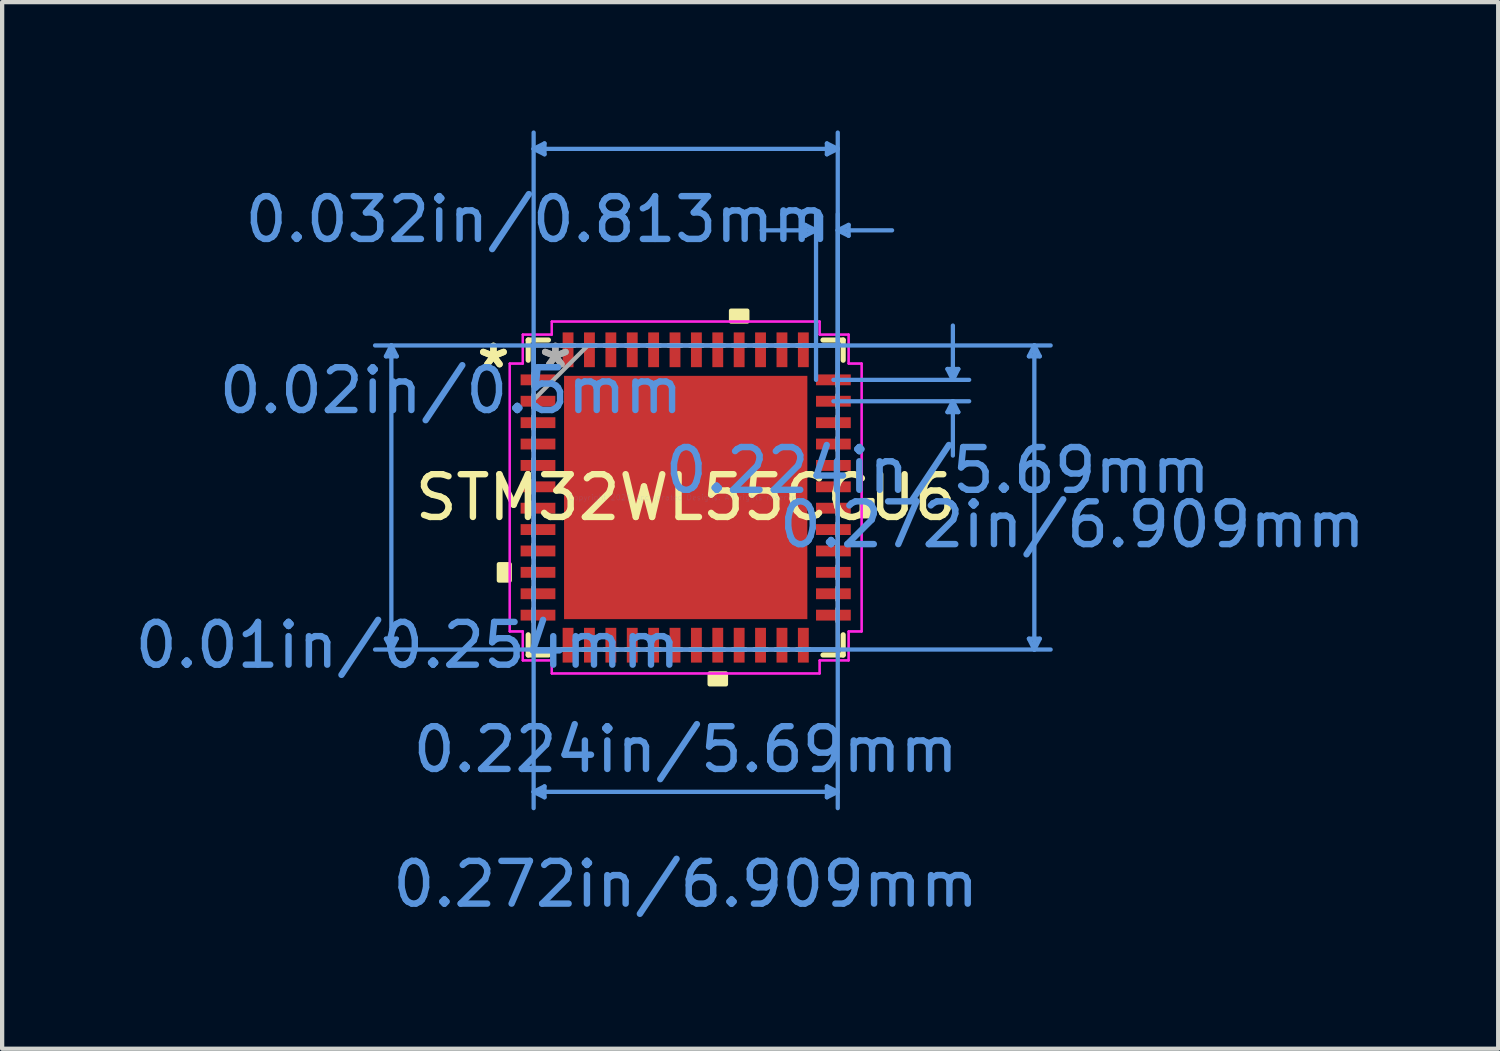
<source format=kicad_pcb>
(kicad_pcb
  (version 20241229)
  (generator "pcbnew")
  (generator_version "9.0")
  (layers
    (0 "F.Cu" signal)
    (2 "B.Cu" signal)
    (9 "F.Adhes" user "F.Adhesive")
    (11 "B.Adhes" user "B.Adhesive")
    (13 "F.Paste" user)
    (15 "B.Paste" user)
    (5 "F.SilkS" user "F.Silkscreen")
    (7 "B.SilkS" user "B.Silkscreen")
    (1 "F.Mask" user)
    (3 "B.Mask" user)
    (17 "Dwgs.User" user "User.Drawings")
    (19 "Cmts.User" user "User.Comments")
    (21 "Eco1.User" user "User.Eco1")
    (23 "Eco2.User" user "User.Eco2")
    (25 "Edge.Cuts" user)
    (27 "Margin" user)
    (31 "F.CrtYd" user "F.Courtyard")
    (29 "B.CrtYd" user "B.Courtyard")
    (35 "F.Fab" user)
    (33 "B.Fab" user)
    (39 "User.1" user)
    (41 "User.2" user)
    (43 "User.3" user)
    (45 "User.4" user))
  (footprint "STM32WL55CCU6"
    (layer "F.Cu")
    (at 12.985 8.584)
    (property "Reference" "STM32WL55CCU6" (at 0 0 0) (layer "F.SilkS") (effects (font (size 1 1) (thickness 0.15))))
    (attr through_hole)
    (fp_line (start -3.683 -3.683) (end -3.683 -3.21) (stroke (width 0.12) (type solid)) (layer "F.SilkS"))
    (fp_line (start -3.683 3.21) (end -3.683 3.683) (stroke (width 0.12) (type solid)) (layer "F.SilkS"))
    (fp_line (start -3.683 3.683) (end -3.21 3.683) (stroke (width 0.12) (type solid)) (layer "F.SilkS"))
    (fp_line (start -3.21 -3.683) (end -3.683 -3.683) (stroke (width 0.12) (type solid)) (layer "F.SilkS"))
    (fp_line (start 3.21 3.683) (end 3.683 3.683) (stroke (width 0.12) (type solid)) (layer "F.SilkS"))
    (fp_line (start 3.683 -3.683) (end 3.21 -3.683) (stroke (width 0.12) (type solid)) (layer "F.SilkS"))
    (fp_line (start 3.683 -3.21) (end 3.683 -3.683) (stroke (width 0.12) (type solid)) (layer "F.SilkS"))
    (fp_line (start 3.683 3.683) (end 3.683 3.21) (stroke (width 0.12) (type solid)) (layer "F.SilkS"))
    (fp_poly (pts (xy -4.369 1.56) (xy -4.369 1.941) (xy -4.115 1.941) (xy -4.115 1.56)) (stroke (width 0.1) (type solid)) (fill yes) (layer "F.SilkS"))
    (fp_poly (pts (xy 0.56 4.115) (xy 0.56 4.369) (xy 0.941 4.369) (xy 0.941 4.115)) (stroke (width 0.1) (type solid)) (fill yes) (layer "F.SilkS"))
    (fp_poly (pts (xy 1.06 -4.115) (xy 1.06 -4.369) (xy 1.441 -4.369) (xy 1.441 -4.115)) (stroke (width 0.1) (type solid)) (fill yes) (layer "F.SilkS"))
    (fp_poly (pts (xy 4.369 0.06) (xy 4.369 0.441) (xy 4.115 0.441) (xy 4.115 0.06)) (stroke (width 0.1) (type solid)) (fill yes) (layer "F.SilkS"))
    (fp_poly (pts (xy -2.745 -2.745) (xy -2.745 -1.522) (xy -1.522 -1.522) (xy -1.522 -2.745)) (stroke (width 0.1) (type solid)) (fill yes) (layer "F.Paste"))
    (fp_poly (pts (xy -2.745 -1.322) (xy -2.745 -0.1) (xy -1.522 -0.1) (xy -1.522 -1.322)) (stroke (width 0.1) (type solid)) (fill yes) (layer "F.Paste"))
    (fp_poly (pts (xy -2.745 0.1) (xy -2.745 1.322) (xy -1.522 1.322) (xy -1.522 0.1)) (stroke (width 0.1) (type solid)) (fill yes) (layer "F.Paste"))
    (fp_poly (pts (xy -2.745 1.522) (xy -2.745 2.745) (xy -1.522 2.745) (xy -1.522 1.522)) (stroke (width 0.1) (type solid)) (fill yes) (layer "F.Paste"))
    (fp_poly (pts (xy -1.322 -2.745) (xy -1.322 -1.522) (xy -0.1 -1.522) (xy -0.1 -2.745)) (stroke (width 0.1) (type solid)) (fill yes) (layer "F.Paste"))
    (fp_poly (pts (xy -1.322 -1.322) (xy -1.322 -0.1) (xy -0.1 -0.1) (xy -0.1 -1.322)) (stroke (width 0.1) (type solid)) (fill yes) (layer "F.Paste"))
    (fp_poly (pts (xy -1.322 0.1) (xy -1.322 1.322) (xy -0.1 1.322) (xy -0.1 0.1)) (stroke (width 0.1) (type solid)) (fill yes) (layer "F.Paste"))
    (fp_poly (pts (xy -1.322 1.522) (xy -1.322 2.745) (xy -0.1 2.745) (xy -0.1 1.522)) (stroke (width 0.1) (type solid)) (fill yes) (layer "F.Paste"))
    (fp_poly (pts (xy 0.1 -2.745) (xy 0.1 -1.522) (xy 1.322 -1.522) (xy 1.322 -2.745)) (stroke (width 0.1) (type solid)) (fill yes) (layer "F.Paste"))
    (fp_poly (pts (xy 0.1 -1.322) (xy 0.1 -0.1) (xy 1.322 -0.1) (xy 1.322 -1.322)) (stroke (width 0.1) (type solid)) (fill yes) (layer "F.Paste"))
    (fp_poly (pts (xy 0.1 0.1) (xy 0.1 1.322) (xy 1.322 1.322) (xy 1.322 0.1)) (stroke (width 0.1) (type solid)) (fill yes) (layer "F.Paste"))
    (fp_poly (pts (xy 0.1 1.522) (xy 0.1 2.745) (xy 1.322 2.745) (xy 1.322 1.522)) (stroke (width 0.1) (type solid)) (fill yes) (layer "F.Paste"))
    (fp_poly (pts (xy 1.522 -2.745) (xy 1.522 -1.522) (xy 2.745 -1.522) (xy 2.745 -2.745)) (stroke (width 0.1) (type solid)) (fill yes) (layer "F.Paste"))
    (fp_poly (pts (xy 1.522 -1.322) (xy 1.522 -0.1) (xy 2.745 -0.1) (xy 2.745 -1.322)) (stroke (width 0.1) (type solid)) (fill yes) (layer "F.Paste"))
    (fp_poly (pts (xy 1.522 0.1) (xy 1.522 1.322) (xy 2.745 1.322) (xy 2.745 0.1)) (stroke (width 0.1) (type solid)) (fill yes) (layer "F.Paste"))
    (fp_poly (pts (xy 1.522 1.522) (xy 1.522 2.745) (xy 2.745 2.745) (xy 2.745 1.522)) (stroke (width 0.1) (type solid)) (fill yes) (layer "F.Paste"))
    (fp_line (start -7.01 -3.302) (end -6.756 -3.302) (stroke (width 0.1) (type solid)) (layer "Cmts.User"))
    (fp_line (start -7.01 3.302) (end -6.756 3.302) (stroke (width 0.1) (type solid)) (layer "Cmts.User"))
    (fp_line (start -6.883 -3.556) (end -7.01 -3.302) (stroke (width 0.1) (type solid)) (layer "Cmts.User"))
    (fp_line (start -6.883 -3.556) (end -6.883 3.556) (stroke (width 0.1) (type solid)) (layer "Cmts.User"))
    (fp_line (start -6.883 -3.556) (end -6.756 -3.302) (stroke (width 0.1) (type solid)) (layer "Cmts.User"))
    (fp_line (start -6.883 3.556) (end -7.01 3.302) (stroke (width 0.1) (type solid)) (layer "Cmts.User"))
    (fp_line (start -6.883 3.556) (end -6.756 3.302) (stroke (width 0.1) (type solid)) (layer "Cmts.User"))
    (fp_line (start -3.556 -8.153) (end -3.302 -8.28) (stroke (width 0.1) (type solid)) (layer "Cmts.User"))
    (fp_line (start -3.556 -8.153) (end -3.302 -8.026) (stroke (width 0.1) (type solid)) (layer "Cmts.User"))
    (fp_line (start -3.556 -8.153) (end 3.556 -8.153) (stroke (width 0.1) (type solid)) (layer "Cmts.User"))
    (fp_line (start -3.556 -3.556) (end -3.556 7.264) (stroke (width 0.1) (type solid)) (layer "Cmts.User"))
    (fp_line (start -3.556 -2.751) (end -3.556 -8.534) (stroke (width 0.1) (type solid)) (layer "Cmts.User"))
    (fp_line (start -3.556 6.883) (end -3.302 6.756) (stroke (width 0.1) (type solid)) (layer "Cmts.User"))
    (fp_line (start -3.556 6.883) (end -3.302 7.01) (stroke (width 0.1) (type solid)) (layer "Cmts.User"))
    (fp_line (start -3.556 6.883) (end 3.556 6.883) (stroke (width 0.1) (type solid)) (layer "Cmts.User"))
    (fp_line (start -3.302 -8.28) (end -3.302 -8.026) (stroke (width 0.1) (type solid)) (layer "Cmts.User"))
    (fp_line (start -3.302 6.756) (end -3.302 7.01) (stroke (width 0.1) (type solid)) (layer "Cmts.User"))
    (fp_line (start 2.751 -3.556) (end 8.534 -3.556) (stroke (width 0.1) (type solid)) (layer "Cmts.User"))
    (fp_line (start 2.751 3.556) (end 8.534 3.556) (stroke (width 0.1) (type solid)) (layer "Cmts.User"))
    (fp_line (start 2.794 -6.375) (end 2.794 -6.121) (stroke (width 0.1) (type solid)) (layer "Cmts.User"))
    (fp_line (start 3.048 -6.248) (end 1.778 -6.248) (stroke (width 0.1) (type solid)) (layer "Cmts.User"))
    (fp_line (start 3.048 -6.248) (end 2.794 -6.375) (stroke (width 0.1) (type solid)) (layer "Cmts.User"))
    (fp_line (start 3.048 -6.248) (end 2.794 -6.121) (stroke (width 0.1) (type solid)) (layer "Cmts.User"))
    (fp_line (start 3.048 -2.751) (end 3.048 -6.629) (stroke (width 0.1) (type solid)) (layer "Cmts.User"))
    (fp_line (start 3.302 -8.28) (end 3.302 -8.026) (stroke (width 0.1) (type solid)) (layer "Cmts.User"))
    (fp_line (start 3.302 6.756) (end 3.302 7.01) (stroke (width 0.1) (type solid)) (layer "Cmts.User"))
    (fp_line (start 3.454 -2.751) (end 6.629 -2.751) (stroke (width 0.1) (type solid)) (layer "Cmts.User"))
    (fp_line (start 3.454 -2.251) (end 6.629 -2.251) (stroke (width 0.1) (type solid)) (layer "Cmts.User"))
    (fp_line (start 3.556 -8.153) (end 3.302 -8.28) (stroke (width 0.1) (type solid)) (layer "Cmts.User"))
    (fp_line (start 3.556 -8.153) (end 3.302 -8.026) (stroke (width 0.1) (type solid)) (layer "Cmts.User"))
    (fp_line (start 3.556 -6.248) (end 3.81 -6.375) (stroke (width 0.1) (type solid)) (layer "Cmts.User"))
    (fp_line (start 3.556 -6.248) (end 3.81 -6.121) (stroke (width 0.1) (type solid)) (layer "Cmts.User"))
    (fp_line (start 3.556 -6.248) (end 4.826 -6.248) (stroke (width 0.1) (type solid)) (layer "Cmts.User"))
    (fp_line (start 3.556 -3.556) (end -7.264 -3.556) (stroke (width 0.1) (type solid)) (layer "Cmts.User"))
    (fp_line (start 3.556 -3.556) (end 3.556 7.264) (stroke (width 0.1) (type solid)) (layer "Cmts.User"))
    (fp_line (start 3.556 -2.751) (end 3.556 -8.534) (stroke (width 0.1) (type solid)) (layer "Cmts.User"))
    (fp_line (start 3.556 -2.751) (end 3.556 -6.629) (stroke (width 0.1) (type solid)) (layer "Cmts.User"))
    (fp_line (start 3.556 3.556) (end -7.264 3.556) (stroke (width 0.1) (type solid)) (layer "Cmts.User"))
    (fp_line (start 3.556 6.883) (end 3.302 6.756) (stroke (width 0.1) (type solid)) (layer "Cmts.User"))
    (fp_line (start 3.556 6.883) (end 3.302 7.01) (stroke (width 0.1) (type solid)) (layer "Cmts.User"))
    (fp_line (start 3.81 -6.375) (end 3.81 -6.121) (stroke (width 0.1) (type solid)) (layer "Cmts.User"))
    (fp_line (start 6.121 -3.005) (end 6.375 -3.005) (stroke (width 0.1) (type solid)) (layer "Cmts.User"))
    (fp_line (start 6.121 -1.997) (end 6.375 -1.997) (stroke (width 0.1) (type solid)) (layer "Cmts.User"))
    (fp_line (start 6.248 -2.751) (end 6.121 -3.005) (stroke (width 0.1) (type solid)) (layer "Cmts.User"))
    (fp_line (start 6.248 -2.751) (end 6.248 -4.021) (stroke (width 0.1) (type solid)) (layer "Cmts.User"))
    (fp_line (start 6.248 -2.751) (end 6.375 -3.005) (stroke (width 0.1) (type solid)) (layer "Cmts.User"))
    (fp_line (start 6.248 -2.251) (end 6.121 -1.997) (stroke (width 0.1) (type solid)) (layer "Cmts.User"))
    (fp_line (start 6.248 -2.251) (end 6.248 -0.981) (stroke (width 0.1) (type solid)) (layer "Cmts.User"))
    (fp_line (start 6.248 -2.251) (end 6.375 -1.997) (stroke (width 0.1) (type solid)) (layer "Cmts.User"))
    (fp_line (start 8.026 -3.302) (end 8.28 -3.302) (stroke (width 0.1) (type solid)) (layer "Cmts.User"))
    (fp_line (start 8.026 3.302) (end 8.28 3.302) (stroke (width 0.1) (type solid)) (layer "Cmts.User"))
    (fp_line (start 8.153 -3.556) (end 8.026 -3.302) (stroke (width 0.1) (type solid)) (layer "Cmts.User"))
    (fp_line (start 8.153 -3.556) (end 8.153 3.556) (stroke (width 0.1) (type solid)) (layer "Cmts.User"))
    (fp_line (start 8.153 -3.556) (end 8.28 -3.302) (stroke (width 0.1) (type solid)) (layer "Cmts.User"))
    (fp_line (start 8.153 3.556) (end 8.026 3.302) (stroke (width 0.1) (type solid)) (layer "Cmts.User"))
    (fp_line (start 8.153 3.556) (end 8.28 3.302) (stroke (width 0.1) (type solid)) (layer "Cmts.User"))
    (fp_line (start -4.115 -3.132) (end -3.81 -3.132) (stroke (width 0.05) (type solid)) (layer "F.CrtYd"))
    (fp_line (start -4.115 -3.132) (end -3.81 -3.132) (stroke (width 0.05) (type solid)) (layer "F.CrtYd"))
    (fp_line (start -4.115 3.132) (end -4.115 -3.132) (stroke (width 0.05) (type solid)) (layer "F.CrtYd"))
    (fp_line (start -4.115 3.132) (end -4.115 -3.132) (stroke (width 0.05) (type solid)) (layer "F.CrtYd"))
    (fp_line (start -3.81 -3.81) (end -3.132 -3.81) (stroke (width 0.05) (type solid)) (layer "F.CrtYd"))
    (fp_line (start -3.81 -3.81) (end -3.132 -3.81) (stroke (width 0.05) (type solid)) (layer "F.CrtYd"))
    (fp_line (start -3.81 -3.132) (end -3.81 -3.81) (stroke (width 0.05) (type solid)) (layer "F.CrtYd"))
    (fp_line (start -3.81 -3.132) (end -3.81 -3.81) (stroke (width 0.05) (type solid)) (layer "F.CrtYd"))
    (fp_line (start -3.81 3.132) (end -4.115 3.132) (stroke (width 0.05) (type solid)) (layer "F.CrtYd"))
    (fp_line (start -3.81 3.132) (end -4.115 3.132) (stroke (width 0.05) (type solid)) (layer "F.CrtYd"))
    (fp_line (start -3.81 3.81) (end -3.81 3.132) (stroke (width 0.05) (type solid)) (layer "F.CrtYd"))
    (fp_line (start -3.81 3.81) (end -3.81 3.132) (stroke (width 0.05) (type solid)) (layer "F.CrtYd"))
    (fp_line (start -3.132 -4.115) (end 3.132 -4.115) (stroke (width 0.05) (type solid)) (layer "F.CrtYd"))
    (fp_line (start -3.132 -4.115) (end 3.132 -4.115) (stroke (width 0.05) (type solid)) (layer "F.CrtYd"))
    (fp_line (start -3.132 -3.81) (end -3.132 -4.115) (stroke (width 0.05) (type solid)) (layer "F.CrtYd"))
    (fp_line (start -3.132 -3.81) (end -3.132 -4.115) (stroke (width 0.05) (type solid)) (layer "F.CrtYd"))
    (fp_line (start -3.132 3.81) (end -3.81 3.81) (stroke (width 0.05) (type solid)) (layer "F.CrtYd"))
    (fp_line (start -3.132 3.81) (end -3.81 3.81) (stroke (width 0.05) (type solid)) (layer "F.CrtYd"))
    (fp_line (start -3.132 4.115) (end -3.132 3.81) (stroke (width 0.05) (type solid)) (layer "F.CrtYd"))
    (fp_line (start -3.132 4.115) (end -3.132 3.81) (stroke (width 0.05) (type solid)) (layer "F.CrtYd"))
    (fp_line (start 3.132 -4.115) (end 3.132 -3.81) (stroke (width 0.05) (type solid)) (layer "F.CrtYd"))
    (fp_line (start 3.132 -4.115) (end 3.132 -3.81) (stroke (width 0.05) (type solid)) (layer "F.CrtYd"))
    (fp_line (start 3.132 -3.81) (end 3.81 -3.81) (stroke (width 0.05) (type solid)) (layer "F.CrtYd"))
    (fp_line (start 3.132 -3.81) (end 3.81 -3.81) (stroke (width 0.05) (type solid)) (layer "F.CrtYd"))
    (fp_line (start 3.132 3.81) (end 3.132 4.115) (stroke (width 0.05) (type solid)) (layer "F.CrtYd"))
    (fp_line (start 3.132 3.81) (end 3.132 4.115) (stroke (width 0.05) (type solid)) (layer "F.CrtYd"))
    (fp_line (start 3.132 4.115) (end -3.132 4.115) (stroke (width 0.05) (type solid)) (layer "F.CrtYd"))
    (fp_line (start 3.132 4.115) (end -3.132 4.115) (stroke (width 0.05) (type solid)) (layer "F.CrtYd"))
    (fp_line (start 3.81 -3.81) (end 3.81 -3.132) (stroke (width 0.05) (type solid)) (layer "F.CrtYd"))
    (fp_line (start 3.81 -3.81) (end 3.81 -3.132) (stroke (width 0.05) (type solid)) (layer "F.CrtYd"))
    (fp_line (start 3.81 -3.132) (end 4.115 -3.132) (stroke (width 0.05) (type solid)) (layer "F.CrtYd"))
    (fp_line (start 3.81 -3.132) (end 4.115 -3.132) (stroke (width 0.05) (type solid)) (layer "F.CrtYd"))
    (fp_line (start 3.81 3.132) (end 3.81 3.81) (stroke (width 0.05) (type solid)) (layer "F.CrtYd"))
    (fp_line (start 3.81 3.132) (end 3.81 3.81) (stroke (width 0.05) (type solid)) (layer "F.CrtYd"))
    (fp_line (start 3.81 3.81) (end 3.132 3.81) (stroke (width 0.05) (type solid)) (layer "F.CrtYd"))
    (fp_line (start 3.81 3.81) (end 3.132 3.81) (stroke (width 0.05) (type solid)) (layer "F.CrtYd"))
    (fp_line (start 4.115 -3.132) (end 4.115 3.132) (stroke (width 0.05) (type solid)) (layer "F.CrtYd"))
    (fp_line (start 4.115 -3.132) (end 4.115 3.132) (stroke (width 0.05) (type solid)) (layer "F.CrtYd"))
    (fp_line (start 4.115 3.132) (end 3.81 3.132) (stroke (width 0.05) (type solid)) (layer "F.CrtYd"))
    (fp_line (start 4.115 3.132) (end 3.81 3.132) (stroke (width 0.05) (type solid)) (layer "F.CrtYd"))
    (fp_line (start -3.556 -3.556) (end -3.556 -3.556) (stroke (width 0.1) (type solid)) (layer "F.Fab"))
    (fp_line (start -3.556 -3.556) (end -3.556 3.556) (stroke (width 0.1) (type solid)) (layer "F.Fab"))
    (fp_line (start -3.556 -2.903) (end -3.556 -2.903) (stroke (width 0.1) (type solid)) (layer "F.Fab"))
    (fp_line (start -3.556 -2.903) (end -3.556 -2.598) (stroke (width 0.1) (type solid)) (layer "F.Fab"))
    (fp_line (start -3.556 -2.598) (end -3.556 -2.903) (stroke (width 0.1) (type solid)) (layer "F.Fab"))
    (fp_line (start -3.556 -2.598) (end -3.556 -2.598) (stroke (width 0.1) (type solid)) (layer "F.Fab"))
    (fp_line (start -3.556 -2.403) (end -3.556 -2.403) (stroke (width 0.1) (type solid)) (layer "F.Fab"))
    (fp_line (start -3.556 -2.403) (end -3.556 -2.098) (stroke (width 0.1) (type solid)) (layer "F.Fab"))
    (fp_line (start -3.556 -2.286) (end -2.286 -3.556) (stroke (width 0.1) (type solid)) (layer "F.Fab"))
    (fp_line (start -3.556 -2.098) (end -3.556 -2.403) (stroke (width 0.1) (type solid)) (layer "F.Fab"))
    (fp_line (start -3.556 -2.098) (end -3.556 -2.098) (stroke (width 0.1) (type solid)) (layer "F.Fab"))
    (fp_line (start -3.556 -1.903) (end -3.556 -1.903) (stroke (width 0.1) (type solid)) (layer "F.Fab"))
    (fp_line (start -3.556 -1.903) (end -3.556 -1.598) (stroke (width 0.1) (type solid)) (layer "F.Fab"))
    (fp_line (start -3.556 -1.598) (end -3.556 -1.903) (stroke (width 0.1) (type solid)) (layer "F.Fab"))
    (fp_line (start -3.556 -1.598) (end -3.556 -1.598) (stroke (width 0.1) (type solid)) (layer "F.Fab"))
    (fp_line (start -3.556 -1.403) (end -3.556 -1.403) (stroke (width 0.1) (type solid)) (layer "F.Fab"))
    (fp_line (start -3.556 -1.403) (end -3.556 -1.098) (stroke (width 0.1) (type solid)) (layer "F.Fab"))
    (fp_line (start -3.556 -1.098) (end -3.556 -1.403) (stroke (width 0.1) (type solid)) (layer "F.Fab"))
    (fp_line (start -3.556 -1.098) (end -3.556 -1.098) (stroke (width 0.1) (type solid)) (layer "F.Fab"))
    (fp_line (start -3.556 -0.903) (end -3.556 -0.903) (stroke (width 0.1) (type solid)) (layer "F.Fab"))
    (fp_line (start -3.556 -0.903) (end -3.556 -0.598) (stroke (width 0.1) (type solid)) (layer "F.Fab"))
    (fp_line (start -3.556 -0.598) (end -3.556 -0.903) (stroke (width 0.1) (type solid)) (layer "F.Fab"))
    (fp_line (start -3.556 -0.598) (end -3.556 -0.598) (stroke (width 0.1) (type solid)) (layer "F.Fab"))
    (fp_line (start -3.556 -0.402) (end -3.556 -0.402) (stroke (width 0.1) (type solid)) (layer "F.Fab"))
    (fp_line (start -3.556 -0.402) (end -3.556 -0.098) (stroke (width 0.1) (type solid)) (layer "F.Fab"))
    (fp_line (start -3.556 -0.098) (end -3.556 -0.402) (stroke (width 0.1) (type solid)) (layer "F.Fab"))
    (fp_line (start -3.556 -0.098) (end -3.556 -0.098) (stroke (width 0.1) (type solid)) (layer "F.Fab"))
    (fp_line (start -3.556 0.098) (end -3.556 0.098) (stroke (width 0.1) (type solid)) (layer "F.Fab"))
    (fp_line (start -3.556 0.098) (end -3.556 0.402) (stroke (width 0.1) (type solid)) (layer "F.Fab"))
    (fp_line (start -3.556 0.402) (end -3.556 0.098) (stroke (width 0.1) (type solid)) (layer "F.Fab"))
    (fp_line (start -3.556 0.402) (end -3.556 0.402) (stroke (width 0.1) (type solid)) (layer "F.Fab"))
    (fp_line (start -3.556 0.598) (end -3.556 0.598) (stroke (width 0.1) (type solid)) (layer "F.Fab"))
    (fp_line (start -3.556 0.598) (end -3.556 0.903) (stroke (width 0.1) (type solid)) (layer "F.Fab"))
    (fp_line (start -3.556 0.903) (end -3.556 0.598) (stroke (width 0.1) (type solid)) (layer "F.Fab"))
    (fp_line (start -3.556 0.903) (end -3.556 0.903) (stroke (width 0.1) (type solid)) (layer "F.Fab"))
    (fp_line (start -3.556 1.098) (end -3.556 1.098) (stroke (width 0.1) (type solid)) (layer "F.Fab"))
    (fp_line (start -3.556 1.098) (end -3.556 1.403) (stroke (width 0.1) (type solid)) (layer "F.Fab"))
    (fp_line (start -3.556 1.403) (end -3.556 1.098) (stroke (width 0.1) (type solid)) (layer "F.Fab"))
    (fp_line (start -3.556 1.403) (end -3.556 1.403) (stroke (width 0.1) (type solid)) (layer "F.Fab"))
    (fp_line (start -3.556 1.598) (end -3.556 1.598) (stroke (width 0.1) (type solid)) (layer "F.Fab"))
    (fp_line (start -3.556 1.598) (end -3.556 1.903) (stroke (width 0.1) (type solid)) (layer "F.Fab"))
    (fp_line (start -3.556 1.903) (end -3.556 1.598) (stroke (width 0.1) (type solid)) (layer "F.Fab"))
    (fp_line (start -3.556 1.903) (end -3.556 1.903) (stroke (width 0.1) (type solid)) (layer "F.Fab"))
    (fp_line (start -3.556 2.098) (end -3.556 2.098) (stroke (width 0.1) (type solid)) (layer "F.Fab"))
    (fp_line (start -3.556 2.098) (end -3.556 2.403) (stroke (width 0.1) (type solid)) (layer "F.Fab"))
    (fp_line (start -3.556 2.403) (end -3.556 2.098) (stroke (width 0.1) (type solid)) (layer "F.Fab"))
    (fp_line (start -3.556 2.403) (end -3.556 2.403) (stroke (width 0.1) (type solid)) (layer "F.Fab"))
    (fp_line (start -3.556 2.598) (end -3.556 2.598) (stroke (width 0.1) (type solid)) (layer "F.Fab"))
    (fp_line (start -3.556 2.598) (end -3.556 2.903) (stroke (width 0.1) (type solid)) (layer "F.Fab"))
    (fp_line (start -3.556 2.903) (end -3.556 2.598) (stroke (width 0.1) (type solid)) (layer "F.Fab"))
    (fp_line (start -3.556 2.903) (end -3.556 2.903) (stroke (width 0.1) (type solid)) (layer "F.Fab"))
    (fp_line (start -3.556 3.556) (end -3.556 3.556) (stroke (width 0.1) (type solid)) (layer "F.Fab"))
    (fp_line (start -3.556 3.556) (end 3.556 3.556) (stroke (width 0.1) (type solid)) (layer "F.Fab"))
    (fp_line (start -2.903 -3.556) (end -2.903 -3.556) (stroke (width 0.1) (type solid)) (layer "F.Fab"))
    (fp_line (start -2.903 -3.556) (end -2.598 -3.556) (stroke (width 0.1) (type solid)) (layer "F.Fab"))
    (fp_line (start -2.903 3.556) (end -2.903 3.556) (stroke (width 0.1) (type solid)) (layer "F.Fab"))
    (fp_line (start -2.903 3.556) (end -2.598 3.556) (stroke (width 0.1) (type solid)) (layer "F.Fab"))
    (fp_line (start -2.598 -3.556) (end -2.903 -3.556) (stroke (width 0.1) (type solid)) (layer "F.Fab"))
    (fp_line (start -2.598 -3.556) (end -2.598 -3.556) (stroke (width 0.1) (type solid)) (layer "F.Fab"))
    (fp_line (start -2.598 3.556) (end -2.903 3.556) (stroke (width 0.1) (type solid)) (layer "F.Fab"))
    (fp_line (start -2.598 3.556) (end -2.598 3.556) (stroke (width 0.1) (type solid)) (layer "F.Fab"))
    (fp_line (start -2.403 -3.556) (end -2.403 -3.556) (stroke (width 0.1) (type solid)) (layer "F.Fab"))
    (fp_line (start -2.403 -3.556) (end -2.098 -3.556) (stroke (width 0.1) (type solid)) (layer "F.Fab"))
    (fp_line (start -2.403 3.556) (end -2.403 3.556) (stroke (width 0.1) (type solid)) (layer "F.Fab"))
    (fp_line (start -2.403 3.556) (end -2.098 3.556) (stroke (width 0.1) (type solid)) (layer "F.Fab"))
    (fp_line (start -2.098 -3.556) (end -2.403 -3.556) (stroke (width 0.1) (type solid)) (layer "F.Fab"))
    (fp_line (start -2.098 -3.556) (end -2.098 -3.556) (stroke (width 0.1) (type solid)) (layer "F.Fab"))
    (fp_line (start -2.098 3.556) (end -2.403 3.556) (stroke (width 0.1) (type solid)) (layer "F.Fab"))
    (fp_line (start -2.098 3.556) (end -2.098 3.556) (stroke (width 0.1) (type solid)) (layer "F.Fab"))
    (fp_line (start -1.903 -3.556) (end -1.903 -3.556) (stroke (width 0.1) (type solid)) (layer "F.Fab"))
    (fp_line (start -1.903 -3.556) (end -1.598 -3.556) (stroke (width 0.1) (type solid)) (layer "F.Fab"))
    (fp_line (start -1.903 3.556) (end -1.903 3.556) (stroke (width 0.1) (type solid)) (layer "F.Fab"))
    (fp_line (start -1.903 3.556) (end -1.598 3.556) (stroke (width 0.1) (type solid)) (layer "F.Fab"))
    (fp_line (start -1.598 -3.556) (end -1.903 -3.556) (stroke (width 0.1) (type solid)) (layer "F.Fab"))
    (fp_line (start -1.598 -3.556) (end -1.598 -3.556) (stroke (width 0.1) (type solid)) (layer "F.Fab"))
    (fp_line (start -1.598 3.556) (end -1.903 3.556) (stroke (width 0.1) (type solid)) (layer "F.Fab"))
    (fp_line (start -1.598 3.556) (end -1.598 3.556) (stroke (width 0.1) (type solid)) (layer "F.Fab"))
    (fp_line (start -1.403 -3.556) (end -1.403 -3.556) (stroke (width 0.1) (type solid)) (layer "F.Fab"))
    (fp_line (start -1.403 -3.556) (end -1.098 -3.556) (stroke (width 0.1) (type solid)) (layer "F.Fab"))
    (fp_line (start -1.403 3.556) (end -1.403 3.556) (stroke (width 0.1) (type solid)) (layer "F.Fab"))
    (fp_line (start -1.403 3.556) (end -1.098 3.556) (stroke (width 0.1) (type solid)) (layer "F.Fab"))
    (fp_line (start -1.098 -3.556) (end -1.403 -3.556) (stroke (width 0.1) (type solid)) (layer "F.Fab"))
    (fp_line (start -1.098 -3.556) (end -1.098 -3.556) (stroke (width 0.1) (type solid)) (layer "F.Fab"))
    (fp_line (start -1.098 3.556) (end -1.403 3.556) (stroke (width 0.1) (type solid)) (layer "F.Fab"))
    (fp_line (start -1.098 3.556) (end -1.098 3.556) (stroke (width 0.1) (type solid)) (layer "F.Fab"))
    (fp_line (start -0.903 -3.556) (end -0.903 -3.556) (stroke (width 0.1) (type solid)) (layer "F.Fab"))
    (fp_line (start -0.903 -3.556) (end -0.598 -3.556) (stroke (width 0.1) (type solid)) (layer "F.Fab"))
    (fp_line (start -0.903 3.556) (end -0.903 3.556) (stroke (width 0.1) (type solid)) (layer "F.Fab"))
    (fp_line (start -0.903 3.556) (end -0.598 3.556) (stroke (width 0.1) (type solid)) (layer "F.Fab"))
    (fp_line (start -0.598 -3.556) (end -0.903 -3.556) (stroke (width 0.1) (type solid)) (layer "F.Fab"))
    (fp_line (start -0.598 -3.556) (end -0.598 -3.556) (stroke (width 0.1) (type solid)) (layer "F.Fab"))
    (fp_line (start -0.598 3.556) (end -0.903 3.556) (stroke (width 0.1) (type solid)) (layer "F.Fab"))
    (fp_line (start -0.598 3.556) (end -0.598 3.556) (stroke (width 0.1) (type solid)) (layer "F.Fab"))
    (fp_line (start -0.402 -3.556) (end -0.402 -3.556) (stroke (width 0.1) (type solid)) (layer "F.Fab"))
    (fp_line (start -0.402 -3.556) (end -0.098 -3.556) (stroke (width 0.1) (type solid)) (layer "F.Fab"))
    (fp_line (start -0.402 3.556) (end -0.402 3.556) (stroke (width 0.1) (type solid)) (layer "F.Fab"))
    (fp_line (start -0.402 3.556) (end -0.098 3.556) (stroke (width 0.1) (type solid)) (layer "F.Fab"))
    (fp_line (start -0.098 -3.556) (end -0.402 -3.556) (stroke (width 0.1) (type solid)) (layer "F.Fab"))
    (fp_line (start -0.098 -3.556) (end -0.098 -3.556) (stroke (width 0.1) (type solid)) (layer "F.Fab"))
    (fp_line (start -0.098 3.556) (end -0.402 3.556) (stroke (width 0.1) (type solid)) (layer "F.Fab"))
    (fp_line (start -0.098 3.556) (end -0.098 3.556) (stroke (width 0.1) (type solid)) (layer "F.Fab"))
    (fp_line (start 0.098 -3.556) (end 0.098 -3.556) (stroke (width 0.1) (type solid)) (layer "F.Fab"))
    (fp_line (start 0.098 -3.556) (end 0.402 -3.556) (stroke (width 0.1) (type solid)) (layer "F.Fab"))
    (fp_line (start 0.098 3.556) (end 0.098 3.556) (stroke (width 0.1) (type solid)) (layer "F.Fab"))
    (fp_line (start 0.098 3.556) (end 0.402 3.556) (stroke (width 0.1) (type solid)) (layer "F.Fab"))
    (fp_line (start 0.402 -3.556) (end 0.098 -3.556) (stroke (width 0.1) (type solid)) (layer "F.Fab"))
    (fp_line (start 0.402 -3.556) (end 0.402 -3.556) (stroke (width 0.1) (type solid)) (layer "F.Fab"))
    (fp_line (start 0.402 3.556) (end 0.098 3.556) (stroke (width 0.1) (type solid)) (layer "F.Fab"))
    (fp_line (start 0.402 3.556) (end 0.402 3.556) (stroke (width 0.1) (type solid)) (layer "F.Fab"))
    (fp_line (start 0.598 -3.556) (end 0.598 -3.556) (stroke (width 0.1) (type solid)) (layer "F.Fab"))
    (fp_line (start 0.598 -3.556) (end 0.903 -3.556) (stroke (width 0.1) (type solid)) (layer "F.Fab"))
    (fp_line (start 0.598 3.556) (end 0.598 3.556) (stroke (width 0.1) (type solid)) (layer "F.Fab"))
    (fp_line (start 0.598 3.556) (end 0.903 3.556) (stroke (width 0.1) (type solid)) (layer "F.Fab"))
    (fp_line (start 0.903 -3.556) (end 0.598 -3.556) (stroke (width 0.1) (type solid)) (layer "F.Fab"))
    (fp_line (start 0.903 -3.556) (end 0.903 -3.556) (stroke (width 0.1) (type solid)) (layer "F.Fab"))
    (fp_line (start 0.903 3.556) (end 0.598 3.556) (stroke (width 0.1) (type solid)) (layer "F.Fab"))
    (fp_line (start 0.903 3.556) (end 0.903 3.556) (stroke (width 0.1) (type solid)) (layer "F.Fab"))
    (fp_line (start 1.098 -3.556) (end 1.098 -3.556) (stroke (width 0.1) (type solid)) (layer "F.Fab"))
    (fp_line (start 1.098 -3.556) (end 1.403 -3.556) (stroke (width 0.1) (type solid)) (layer "F.Fab"))
    (fp_line (start 1.098 3.556) (end 1.098 3.556) (stroke (width 0.1) (type solid)) (layer "F.Fab"))
    (fp_line (start 1.098 3.556) (end 1.403 3.556) (stroke (width 0.1) (type solid)) (layer "F.Fab"))
    (fp_line (start 1.403 -3.556) (end 1.098 -3.556) (stroke (width 0.1) (type solid)) (layer "F.Fab"))
    (fp_line (start 1.403 -3.556) (end 1.403 -3.556) (stroke (width 0.1) (type solid)) (layer "F.Fab"))
    (fp_line (start 1.403 3.556) (end 1.098 3.556) (stroke (width 0.1) (type solid)) (layer "F.Fab"))
    (fp_line (start 1.403 3.556) (end 1.403 3.556) (stroke (width 0.1) (type solid)) (layer "F.Fab"))
    (fp_line (start 1.598 -3.556) (end 1.598 -3.556) (stroke (width 0.1) (type solid)) (layer "F.Fab"))
    (fp_line (start 1.598 -3.556) (end 1.903 -3.556) (stroke (width 0.1) (type solid)) (layer "F.Fab"))
    (fp_line (start 1.598 3.556) (end 1.598 3.556) (stroke (width 0.1) (type solid)) (layer "F.Fab"))
    (fp_line (start 1.598 3.556) (end 1.903 3.556) (stroke (width 0.1) (type solid)) (layer "F.Fab"))
    (fp_line (start 1.903 -3.556) (end 1.598 -3.556) (stroke (width 0.1) (type solid)) (layer "F.Fab"))
    (fp_line (start 1.903 -3.556) (end 1.903 -3.556) (stroke (width 0.1) (type solid)) (layer "F.Fab"))
    (fp_line (start 1.903 3.556) (end 1.598 3.556) (stroke (width 0.1) (type solid)) (layer "F.Fab"))
    (fp_line (start 1.903 3.556) (end 1.903 3.556) (stroke (width 0.1) (type solid)) (layer "F.Fab"))
    (fp_line (start 2.098 -3.556) (end 2.098 -3.556) (stroke (width 0.1) (type solid)) (layer "F.Fab"))
    (fp_line (start 2.098 -3.556) (end 2.403 -3.556) (stroke (width 0.1) (type solid)) (layer "F.Fab"))
    (fp_line (start 2.098 3.556) (end 2.098 3.556) (stroke (width 0.1) (type solid)) (layer "F.Fab"))
    (fp_line (start 2.098 3.556) (end 2.403 3.556) (stroke (width 0.1) (type solid)) (layer "F.Fab"))
    (fp_line (start 2.403 -3.556) (end 2.098 -3.556) (stroke (width 0.1) (type solid)) (layer "F.Fab"))
    (fp_line (start 2.403 -3.556) (end 2.403 -3.556) (stroke (width 0.1) (type solid)) (layer "F.Fab"))
    (fp_line (start 2.403 3.556) (end 2.098 3.556) (stroke (width 0.1) (type solid)) (layer "F.Fab"))
    (fp_line (start 2.403 3.556) (end 2.403 3.556) (stroke (width 0.1) (type solid)) (layer "F.Fab"))
    (fp_line (start 2.598 -3.556) (end 2.598 -3.556) (stroke (width 0.1) (type solid)) (layer "F.Fab"))
    (fp_line (start 2.598 -3.556) (end 2.903 -3.556) (stroke (width 0.1) (type solid)) (layer "F.Fab"))
    (fp_line (start 2.598 3.556) (end 2.598 3.556) (stroke (width 0.1) (type solid)) (layer "F.Fab"))
    (fp_line (start 2.598 3.556) (end 2.903 3.556) (stroke (width 0.1) (type solid)) (layer "F.Fab"))
    (fp_line (start 2.903 -3.556) (end 2.598 -3.556) (stroke (width 0.1) (type solid)) (layer "F.Fab"))
    (fp_line (start 2.903 -3.556) (end 2.903 -3.556) (stroke (width 0.1) (type solid)) (layer "F.Fab"))
    (fp_line (start 2.903 3.556) (end 2.598 3.556) (stroke (width 0.1) (type solid)) (layer "F.Fab"))
    (fp_line (start 2.903 3.556) (end 2.903 3.556) (stroke (width 0.1) (type solid)) (layer "F.Fab"))
    (fp_line (start 3.556 -3.556) (end -3.556 -3.556) (stroke (width 0.1) (type solid)) (layer "F.Fab"))
    (fp_line (start 3.556 -3.556) (end 3.556 -3.556) (stroke (width 0.1) (type solid)) (layer "F.Fab"))
    (fp_line (start 3.556 -2.903) (end 3.556 -2.903) (stroke (width 0.1) (type solid)) (layer "F.Fab"))
    (fp_line (start 3.556 -2.903) (end 3.556 -2.598) (stroke (width 0.1) (type solid)) (layer "F.Fab"))
    (fp_line (start 3.556 -2.598) (end 3.556 -2.903) (stroke (width 0.1) (type solid)) (layer "F.Fab"))
    (fp_line (start 3.556 -2.598) (end 3.556 -2.598) (stroke (width 0.1) (type solid)) (layer "F.Fab"))
    (fp_line (start 3.556 -2.403) (end 3.556 -2.403) (stroke (width 0.1) (type solid)) (layer "F.Fab"))
    (fp_line (start 3.556 -2.403) (end 3.556 -2.098) (stroke (width 0.1) (type solid)) (layer "F.Fab"))
    (fp_line (start 3.556 -2.098) (end 3.556 -2.403) (stroke (width 0.1) (type solid)) (layer "F.Fab"))
    (fp_line (start 3.556 -2.098) (end 3.556 -2.098) (stroke (width 0.1) (type solid)) (layer "F.Fab"))
    (fp_line (start 3.556 -1.903) (end 3.556 -1.903) (stroke (width 0.1) (type solid)) (layer "F.Fab"))
    (fp_line (start 3.556 -1.903) (end 3.556 -1.598) (stroke (width 0.1) (type solid)) (layer "F.Fab"))
    (fp_line (start 3.556 -1.598) (end 3.556 -1.903) (stroke (width 0.1) (type solid)) (layer "F.Fab"))
    (fp_line (start 3.556 -1.598) (end 3.556 -1.598) (stroke (width 0.1) (type solid)) (layer "F.Fab"))
    (fp_line (start 3.556 -1.403) (end 3.556 -1.403) (stroke (width 0.1) (type solid)) (layer "F.Fab"))
    (fp_line (start 3.556 -1.403) (end 3.556 -1.098) (stroke (width 0.1) (type solid)) (layer "F.Fab"))
    (fp_line (start 3.556 -1.098) (end 3.556 -1.403) (stroke (width 0.1) (type solid)) (layer "F.Fab"))
    (fp_line (start 3.556 -1.098) (end 3.556 -1.098) (stroke (width 0.1) (type solid)) (layer "F.Fab"))
    (fp_line (start 3.556 -0.903) (end 3.556 -0.903) (stroke (width 0.1) (type solid)) (layer "F.Fab"))
    (fp_line (start 3.556 -0.903) (end 3.556 -0.598) (stroke (width 0.1) (type solid)) (layer "F.Fab"))
    (fp_line (start 3.556 -0.598) (end 3.556 -0.903) (stroke (width 0.1) (type solid)) (layer "F.Fab"))
    (fp_line (start 3.556 -0.598) (end 3.556 -0.598) (stroke (width 0.1) (type solid)) (layer "F.Fab"))
    (fp_line (start 3.556 -0.402) (end 3.556 -0.402) (stroke (width 0.1) (type solid)) (layer "F.Fab"))
    (fp_line (start 3.556 -0.402) (end 3.556 -0.098) (stroke (width 0.1) (type solid)) (layer "F.Fab"))
    (fp_line (start 3.556 -0.098) (end 3.556 -0.402) (stroke (width 0.1) (type solid)) (layer "F.Fab"))
    (fp_line (start 3.556 -0.098) (end 3.556 -0.098) (stroke (width 0.1) (type solid)) (layer "F.Fab"))
    (fp_line (start 3.556 0.098) (end 3.556 0.098) (stroke (width 0.1) (type solid)) (layer "F.Fab"))
    (fp_line (start 3.556 0.098) (end 3.556 0.402) (stroke (width 0.1) (type solid)) (layer "F.Fab"))
    (fp_line (start 3.556 0.402) (end 3.556 0.098) (stroke (width 0.1) (type solid)) (layer "F.Fab"))
    (fp_line (start 3.556 0.402) (end 3.556 0.402) (stroke (width 0.1) (type solid)) (layer "F.Fab"))
    (fp_line (start 3.556 0.598) (end 3.556 0.598) (stroke (width 0.1) (type solid)) (layer "F.Fab"))
    (fp_line (start 3.556 0.598) (end 3.556 0.903) (stroke (width 0.1) (type solid)) (layer "F.Fab"))
    (fp_line (start 3.556 0.903) (end 3.556 0.598) (stroke (width 0.1) (type solid)) (layer "F.Fab"))
    (fp_line (start 3.556 0.903) (end 3.556 0.903) (stroke (width 0.1) (type solid)) (layer "F.Fab"))
    (fp_line (start 3.556 1.098) (end 3.556 1.098) (stroke (width 0.1) (type solid)) (layer "F.Fab"))
    (fp_line (start 3.556 1.098) (end 3.556 1.403) (stroke (width 0.1) (type solid)) (layer "F.Fab"))
    (fp_line (start 3.556 1.403) (end 3.556 1.098) (stroke (width 0.1) (type solid)) (layer "F.Fab"))
    (fp_line (start 3.556 1.403) (end 3.556 1.403) (stroke (width 0.1) (type solid)) (layer "F.Fab"))
    (fp_line (start 3.556 1.598) (end 3.556 1.598) (stroke (width 0.1) (type solid)) (layer "F.Fab"))
    (fp_line (start 3.556 1.598) (end 3.556 1.903) (stroke (width 0.1) (type solid)) (layer "F.Fab"))
    (fp_line (start 3.556 1.903) (end 3.556 1.598) (stroke (width 0.1) (type solid)) (layer "F.Fab"))
    (fp_line (start 3.556 1.903) (end 3.556 1.903) (stroke (width 0.1) (type solid)) (layer "F.Fab"))
    (fp_line (start 3.556 2.098) (end 3.556 2.098) (stroke (width 0.1) (type solid)) (layer "F.Fab"))
    (fp_line (start 3.556 2.098) (end 3.556 2.403) (stroke (width 0.1) (type solid)) (layer "F.Fab"))
    (fp_line (start 3.556 2.403) (end 3.556 2.098) (stroke (width 0.1) (type solid)) (layer "F.Fab"))
    (fp_line (start 3.556 2.403) (end 3.556 2.403) (stroke (width 0.1) (type solid)) (layer "F.Fab"))
    (fp_line (start 3.556 2.598) (end 3.556 2.598) (stroke (width 0.1) (type solid)) (layer "F.Fab"))
    (fp_line (start 3.556 2.598) (end 3.556 2.903) (stroke (width 0.1) (type solid)) (layer "F.Fab"))
    (fp_line (start 3.556 2.903) (end 3.556 2.598) (stroke (width 0.1) (type solid)) (layer "F.Fab"))
    (fp_line (start 3.556 2.903) (end 3.556 2.903) (stroke (width 0.1) (type solid)) (layer "F.Fab"))
    (fp_line (start 3.556 3.556) (end 3.556 -3.556) (stroke (width 0.1) (type solid)) (layer "F.Fab"))
    (fp_line (start 3.556 3.556) (end 3.556 3.556) (stroke (width 0.1) (type solid)) (layer "F.Fab"))
    (fp_text user "*" (at -4.496 -3.001 0) (layer "F.SilkS") (effects (font (size 1 1) (thickness 0.15))))
    (fp_text user "*" (at -4.496 -3.001 0) (layer "F.SilkS") (effects (font (size 1 1) (thickness 0.15))))
    (fp_text user "0.02in/0.5mm" (at -5.486 -2.501 0) (layer "Cmts.User") (effects (font (size 1 1) (thickness 0.15))))
    (fp_text user "0.032in/0.813mm" (at -3.454 -6.502 0) (layer "Cmts.User") (effects (font (size 1 1) (thickness 0.15))))
    (fp_text user "0.272in/6.909mm" (at 0 9.042 0) (layer "Cmts.User") (effects (font (size 1 1) (thickness 0.15))))
    (fp_text user "0.224in/5.69mm" (at 0 5.893 0) (layer "Cmts.User") (effects (font (size 1 1) (thickness 0.15))))
    (fp_text user "0.01in/0.254mm" (at -6.502 3.454 0) (layer "Cmts.User") (effects (font (size 1 1) (thickness 0.15))))
    (fp_text user "0.224in/5.69mm" (at 5.893 -0.635 0) (layer "Cmts.User") (effects (font (size 1 1) (thickness 0.15))))
    (fp_text user "0.272in/6.909mm" (at 9.042 0.635 0) (layer "Cmts.User") (effects (font (size 1 1) (thickness 0.15))))
    (fp_text user "Copyright 2021 Accelerated Designs. All rights reserved." (at 0 0 0) (layer "Cmts.User") (effects (font (size 0.127 0.127) (thickness 0.002))))
    (fp_text user "*" (at -3.048 -3.001 0) (layer "F.Fab") (effects (font (size 1 1) (thickness 0.15))))
    (fp_text user "*" (at -3.048 -3.001 0) (layer "F.Fab") (effects (font (size 1 1) (thickness 0.15))))
    (pad "1" smd rect (at -3.454 -2.751 90) (size 0.254 0.813) (layers "F.Cu" "F.Mask" "F.Paste"))
    (pad "2" smd rect (at -3.454 -2.251 90) (size 0.254 0.813) (layers "F.Cu" "F.Mask" "F.Paste"))
    (pad "3" smd rect (at -3.454 -1.75 90) (size 0.254 0.813) (layers "F.Cu" "F.Mask" "F.Paste"))
    (pad "4" smd rect (at -3.454 -1.25 90) (size 0.254 0.813) (layers "F.Cu" "F.Mask" "F.Paste"))
    (pad "5" smd rect (at -3.454 -0.75 90) (size 0.254 0.813) (layers "F.Cu" "F.Mask" "F.Paste"))
    (pad "6" smd rect (at -3.454 -0.25 90) (size 0.254 0.813) (layers "F.Cu" "F.Mask" "F.Paste"))
    (pad "7" smd rect (at -3.454 0.25 90) (size 0.254 0.813) (layers "F.Cu" "F.Mask" "F.Paste"))
    (pad "8" smd rect (at -3.454 0.75 90) (size 0.254 0.813) (layers "F.Cu" "F.Mask" "F.Paste"))
    (pad "9" smd rect (at -3.454 1.25 90) (size 0.254 0.813) (layers "F.Cu" "F.Mask" "F.Paste"))
    (pad "10" smd rect (at -3.454 1.75 90) (size 0.254 0.813) (layers "F.Cu" "F.Mask" "F.Paste"))
    (pad "11" smd rect (at -3.454 2.251 90) (size 0.254 0.813) (layers "F.Cu" "F.Mask" "F.Paste"))
    (pad "12" smd rect (at -3.454 2.751 90) (size 0.254 0.813) (layers "F.Cu" "F.Mask" "F.Paste"))
    (pad "13" smd rect (at -2.751 3.454) (size 0.254 0.813) (layers "F.Cu" "F.Mask" "F.Paste"))
    (pad "14" smd rect (at -2.251 3.454) (size 0.254 0.813) (layers "F.Cu" "F.Mask" "F.Paste"))
    (pad "15" smd rect (at -1.75 3.454) (size 0.254 0.813) (layers "F.Cu" "F.Mask" "F.Paste"))
    (pad "16" smd rect (at -1.25 3.454) (size 0.254 0.813) (layers "F.Cu" "F.Mask" "F.Paste"))
    (pad "17" smd rect (at -0.75 3.454) (size 0.254 0.813) (layers "F.Cu" "F.Mask" "F.Paste"))
    (pad "18" smd rect (at -0.25 3.454) (size 0.254 0.813) (layers "F.Cu" "F.Mask" "F.Paste"))
    (pad "19" smd rect (at 0.25 3.454) (size 0.254 0.813) (layers "F.Cu" "F.Mask" "F.Paste"))
    (pad "20" smd rect (at 0.75 3.454) (size 0.254 0.813) (layers "F.Cu" "F.Mask" "F.Paste"))
    (pad "21" smd rect (at 1.25 3.454) (size 0.254 0.813) (layers "F.Cu" "F.Mask" "F.Paste"))
    (pad "22" smd rect (at 1.75 3.454) (size 0.254 0.813) (layers "F.Cu" "F.Mask" "F.Paste"))
    (pad "23" smd rect (at 2.251 3.454) (size 0.254 0.813) (layers "F.Cu" "F.Mask" "F.Paste"))
    (pad "24" smd rect (at 2.751 3.454) (size 0.254 0.813) (layers "F.Cu" "F.Mask" "F.Paste"))
    (pad "25" smd rect (at 3.454 2.751 90) (size 0.254 0.813) (layers "F.Cu" "F.Mask" "F.Paste"))
    (pad "26" smd rect (at 3.454 2.251 90) (size 0.254 0.813) (layers "F.Cu" "F.Mask" "F.Paste"))
    (pad "27" smd rect (at 3.454 1.75 90) (size 0.254 0.813) (layers "F.Cu" "F.Mask" "F.Paste"))
    (pad "28" smd rect (at 3.454 1.25 90) (size 0.254 0.813) (layers "F.Cu" "F.Mask" "F.Paste"))
    (pad "29" smd rect (at 3.454 0.75 90) (size 0.254 0.813) (layers "F.Cu" "F.Mask" "F.Paste"))
    (pad "30" smd rect (at 3.454 0.25 90) (size 0.254 0.813) (layers "F.Cu" "F.Mask" "F.Paste"))
    (pad "31" smd rect (at 3.454 -0.25 90) (size 0.254 0.813) (layers "F.Cu" "F.Mask" "F.Paste"))
    (pad "32" smd rect (at 3.454 -0.75 90) (size 0.254 0.813) (layers "F.Cu" "F.Mask" "F.Paste"))
    (pad "33" smd rect (at 3.454 -1.25 90) (size 0.254 0.813) (layers "F.Cu" "F.Mask" "F.Paste"))
    (pad "34" smd rect (at 3.454 -1.75 90) (size 0.254 0.813) (layers "F.Cu" "F.Mask" "F.Paste"))
    (pad "35" smd rect (at 3.454 -2.251 90) (size 0.254 0.813) (layers "F.Cu" "F.Mask" "F.Paste"))
    (pad "36" smd rect (at 3.454 -2.751 90) (size 0.254 0.813) (layers "F.Cu" "F.Mask" "F.Paste"))
    (pad "37" smd rect (at 2.751 -3.454) (size 0.254 0.813) (layers "F.Cu" "F.Mask" "F.Paste"))
    (pad "38" smd rect (at 2.251 -3.454) (size 0.254 0.813) (layers "F.Cu" "F.Mask" "F.Paste"))
    (pad "39" smd rect (at 1.75 -3.454) (size 0.254 0.813) (layers "F.Cu" "F.Mask" "F.Paste"))
    (pad "40" smd rect (at 1.25 -3.454) (size 0.254 0.813) (layers "F.Cu" "F.Mask" "F.Paste"))
    (pad "41" smd rect (at 0.75 -3.454) (size 0.254 0.813) (layers "F.Cu" "F.Mask" "F.Paste"))
    (pad "42" smd rect (at 0.25 -3.454) (size 0.254 0.813) (layers "F.Cu" "F.Mask" "F.Paste"))
    (pad "43" smd rect (at -0.25 -3.454) (size 0.254 0.813) (layers "F.Cu" "F.Mask" "F.Paste"))
    (pad "44" smd rect (at -0.75 -3.454) (size 0.254 0.813) (layers "F.Cu" "F.Mask" "F.Paste"))
    (pad "45" smd rect (at -1.25 -3.454) (size 0.254 0.813) (layers "F.Cu" "F.Mask" "F.Paste"))
    (pad "46" smd rect (at -1.75 -3.454) (size 0.254 0.813) (layers "F.Cu" "F.Mask" "F.Paste"))
    (pad "47" smd rect (at -2.251 -3.454) (size 0.254 0.813) (layers "F.Cu" "F.Mask" "F.Paste"))
    (pad "48" smd rect (at -2.751 -3.454) (size 0.254 0.813) (layers "F.Cu" "F.Mask" "F.Paste"))
    (pad "49" smd rect (at 0 0) (size 5.69 5.69) (layers "F.Cu" "F.Mask")))
  (gr_rect
    (start -3 -3)
    (end 31.985 21.475)
    (stroke (width 0.1) (type default))
    (fill no)
    (layer "Edge.Cuts")))
</source>
